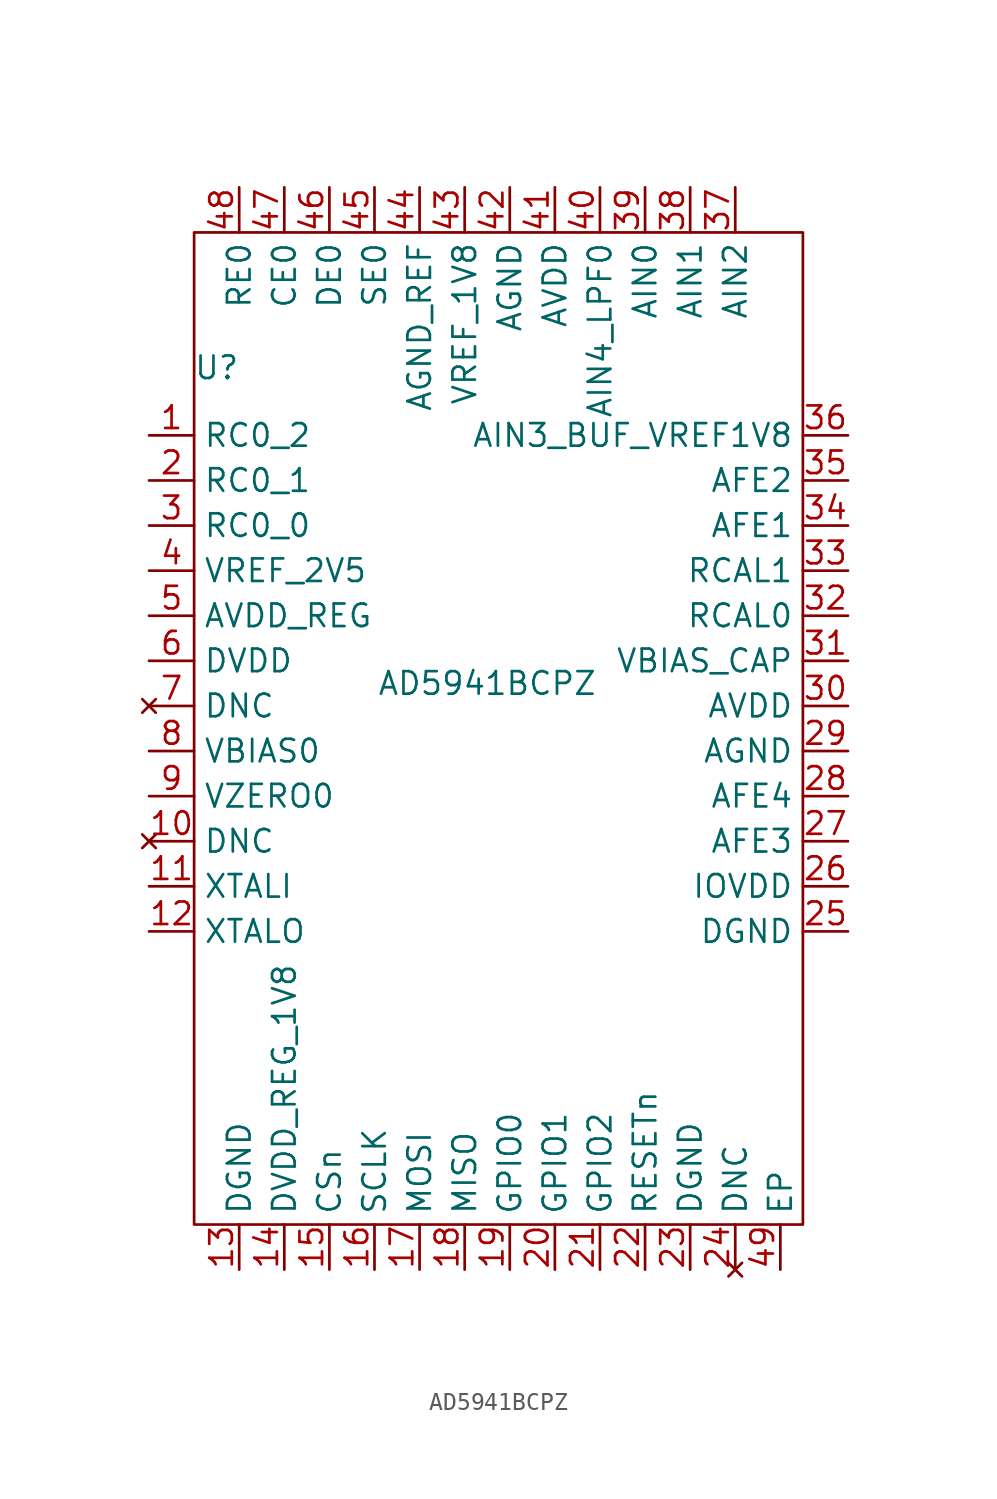
<source format=kicad_sym>
(kicad_symbol_lib
  (version 20211014)
  (generator kicad_symbol_editor)
  (symbol "AD5941BCPZ"
    (property "Reference" "U"
      (at -15.24 17.78 0)
      (effects (font (size 1.27 1.27))))
    (property "Value" "AD5941BCPZ"
      (at 0 0 0)
      (effects (font (size 1.27 1.27))))
    (symbol "AD5941BCPZ_0_1"
      (rectangle (start 17.78 -30.48) (end -16.51 25.4) (stroke (width 0) (type default) (color 0 0 0 0)) (fill (type none))))
    (symbol "AD5941BCPZ_1_1"
      (pin input line (at -19.05 13.97 0) (length 2.54) (name "RC0_2" (effects (font (size 1.27 1.27)))) (number "1" (effects (font (size 1.27 1.27)))))
      (pin no_connect line (at -19.05 -8.89 0) (length 2.54) (name "DNC" (effects (font (size 1.27 1.27)))) (number "10" (effects (font (size 1.27 1.27)))))
      (pin input line (at -19.05 -11.43 0) (length 2.54) (name "XTALI" (effects (font (size 1.27 1.27)))) (number "11" (effects (font (size 1.27 1.27)))))
      (pin output line (at -19.05 -13.97 0) (length 2.54) (name "XTALO" (effects (font (size 1.27 1.27)))) (number "12" (effects (font (size 1.27 1.27)))))
      (pin power_in line (at -13.97 -33.02 90) (length 2.54) (name "DGND" (effects (font (size 1.27 1.27)))) (number "13" (effects (font (size 1.27 1.27)))))
      (pin power_in line (at -11.43 -33.02 90) (length 2.54) (name "DVDD_REG_1V8" (effects (font (size 1.27 1.27)))) (number "14" (effects (font (size 1.27 1.27)))))
      (pin bidirectional line (at -8.89 -33.02 90) (length 2.54) (name "CSn" (effects (font (size 1.27 1.27)))) (number "15" (effects (font (size 1.27 1.27)))))
      (pin input line (at -6.35 -33.02 90) (length 2.54) (name "SCLK" (effects (font (size 1.27 1.27)))) (number "16" (effects (font (size 1.27 1.27)))))
      (pin input line (at -3.81 -33.02 90) (length 2.54) (name "MOSI" (effects (font (size 1.27 1.27)))) (number "17" (effects (font (size 1.27 1.27)))))
      (pin output line (at -1.27 -33.02 90) (length 2.54) (name "MISO" (effects (font (size 1.27 1.27)))) (number "18" (effects (font (size 1.27 1.27)))))
      (pin bidirectional line (at 1.27 -33.02 90) (length 2.54) (name "GPIO0" (effects (font (size 1.27 1.27)))) (number "19" (effects (font (size 1.27 1.27)))))
      (pin input line (at -19.05 11.43 0) (length 2.54) (name "RC0_1" (effects (font (size 1.27 1.27)))) (number "2" (effects (font (size 1.27 1.27)))))
      (pin bidirectional line (at 3.81 -33.02 90) (length 2.54) (name "GPIO1" (effects (font (size 1.27 1.27)))) (number "20" (effects (font (size 1.27 1.27)))))
      (pin bidirectional line (at 6.35 -33.02 90) (length 2.54) (name "GPIO2" (effects (font (size 1.27 1.27)))) (number "21" (effects (font (size 1.27 1.27)))))
      (pin input line (at 8.89 -33.02 90) (length 2.54) (name "RESETn" (effects (font (size 1.27 1.27)))) (number "22" (effects (font (size 1.27 1.27)))))
      (pin power_in line (at 11.43 -33.02 90) (length 2.54) (name "DGND" (effects (font (size 1.27 1.27)))) (number "23" (effects (font (size 1.27 1.27)))))
      (pin no_connect line (at 13.97 -33.02 90) (length 2.54) (name "DNC" (effects (font (size 1.27 1.27)))) (number "24" (effects (font (size 1.27 1.27)))))
      (pin power_in line (at 20.32 -13.97 180) (length 2.54) (name "DGND" (effects (font (size 1.27 1.27)))) (number "25" (effects (font (size 1.27 1.27)))))
      (pin power_in line (at 20.32 -11.43 180) (length 2.54) (name "IOVDD" (effects (font (size 1.27 1.27)))) (number "26" (effects (font (size 1.27 1.27)))))
      (pin bidirectional line (at 20.32 -8.89 180) (length 2.54) (name "AFE3" (effects (font (size 1.27 1.27)))) (number "27" (effects (font (size 1.27 1.27)))))
      (pin bidirectional line (at 20.32 -6.35 180) (length 2.54) (name "AFE4" (effects (font (size 1.27 1.27)))) (number "28" (effects (font (size 1.27 1.27)))))
      (pin power_in line (at 20.32 -3.81 180) (length 2.54) (name "AGND" (effects (font (size 1.27 1.27)))) (number "29" (effects (font (size 1.27 1.27)))))
      (pin input line (at -19.05 8.89 0) (length 2.54) (name "RC0_0" (effects (font (size 1.27 1.27)))) (number "3" (effects (font (size 1.27 1.27)))))
      (pin power_in line (at 20.32 -1.27 180) (length 2.54) (name "AVDD" (effects (font (size 1.27 1.27)))) (number "30" (effects (font (size 1.27 1.27)))))
      (pin input line (at 20.32 1.27 180) (length 2.54) (name "VBIAS_CAP" (effects (font (size 1.27 1.27)))) (number "31" (effects (font (size 1.27 1.27)))))
      (pin passive line (at 20.32 3.81 180) (length 2.54) (name "RCAL0" (effects (font (size 1.27 1.27)))) (number "32" (effects (font (size 1.27 1.27)))))
      (pin passive line (at 20.32 6.35 180) (length 2.54) (name "RCAL1" (effects (font (size 1.27 1.27)))) (number "33" (effects (font (size 1.27 1.27)))))
      (pin bidirectional line (at 20.32 8.89 180) (length 2.54) (name "AFE1" (effects (font (size 1.27 1.27)))) (number "34" (effects (font (size 1.27 1.27)))))
      (pin bidirectional line (at 20.32 11.43 180) (length 2.54) (name "AFE2" (effects (font (size 1.27 1.27)))) (number "35" (effects (font (size 1.27 1.27)))))
      (pin bidirectional line (at 20.32 13.97 180) (length 2.54) (name "AIN3_BUF_VREF1V8" (effects (font (size 1.27 1.27)))) (number "36" (effects (font (size 1.27 1.27)))))
      (pin input line (at 13.97 27.94 270) (length 2.54) (name "AIN2" (effects (font (size 1.27 1.27)))) (number "37" (effects (font (size 1.27 1.27)))))
      (pin bidirectional line (at 11.43 27.94 270) (length 2.54) (name "AIN1" (effects (font (size 1.27 1.27)))) (number "38" (effects (font (size 1.27 1.27)))))
      (pin bidirectional line (at 8.89 27.94 270) (length 2.54) (name "AIN0" (effects (font (size 1.27 1.27)))) (number "39" (effects (font (size 1.27 1.27)))))
      (pin input line (at -19.05 6.35 0) (length 2.54) (name "VREF_2V5" (effects (font (size 1.27 1.27)))) (number "4" (effects (font (size 1.27 1.27)))))
      (pin bidirectional line (at 6.35 27.94 270) (length 2.54) (name "AIN4_LPF0" (effects (font (size 1.27 1.27)))) (number "40" (effects (font (size 1.27 1.27)))))
      (pin power_in line (at 3.81 27.94 270) (length 2.54) (name "AVDD" (effects (font (size 1.27 1.27)))) (number "41" (effects (font (size 1.27 1.27)))))
      (pin power_in line (at 1.27 27.94 270) (length 2.54) (name "AGND" (effects (font (size 1.27 1.27)))) (number "42" (effects (font (size 1.27 1.27)))))
      (pin input line (at -1.27 27.94 270) (length 2.54) (name "VREF_1V8" (effects (font (size 1.27 1.27)))) (number "43" (effects (font (size 1.27 1.27)))))
      (pin power_in line (at -3.81 27.94 270) (length 2.54) (name "AGND_REF" (effects (font (size 1.27 1.27)))) (number "44" (effects (font (size 1.27 1.27)))))
      (pin input line (at -6.35 27.94 270) (length 2.54) (name "SE0" (effects (font (size 1.27 1.27)))) (number "45" (effects (font (size 1.27 1.27)))))
      (pin input line (at -8.89 27.94 270) (length 2.54) (name "DE0" (effects (font (size 1.27 1.27)))) (number "46" (effects (font (size 1.27 1.27)))))
      (pin input line (at -11.43 27.94 270) (length 2.54) (name "CE0" (effects (font (size 1.27 1.27)))) (number "47" (effects (font (size 1.27 1.27)))))
      (pin input line (at -13.97 27.94 270) (length 2.54) (name "RE0" (effects (font (size 1.27 1.27)))) (number "48" (effects (font (size 1.27 1.27)))))
      (pin power_in line (at 16.51 -33.02 90) (length 2.54) (name "EP" (effects (font (size 1.27 1.27)))) (number "49" (effects (font (size 1.27 1.27)))))
      (pin power_in line (at -19.05 3.81 0) (length 2.54) (name "AVDD_REG" (effects (font (size 1.27 1.27)))) (number "5" (effects (font (size 1.27 1.27)))))
      (pin power_in line (at -19.05 1.27 0) (length 2.54) (name "DVDD" (effects (font (size 1.27 1.27)))) (number "6" (effects (font (size 1.27 1.27)))))
      (pin no_connect line (at -19.05 -1.27 0) (length 2.54) (name "DNC" (effects (font (size 1.27 1.27)))) (number "7" (effects (font (size 1.27 1.27)))))
      (pin output line (at -19.05 -3.81 0) (length 2.54) (name "VBIAS0" (effects (font (size 1.27 1.27)))) (number "8" (effects (font (size 1.27 1.27)))))
      (pin output line (at -19.05 -6.35 0) (length 2.54) (name "VZERO0" (effects (font (size 1.27 1.27)))) (number "9" (effects (font (size 1.27 1.27))))))))
</source>
